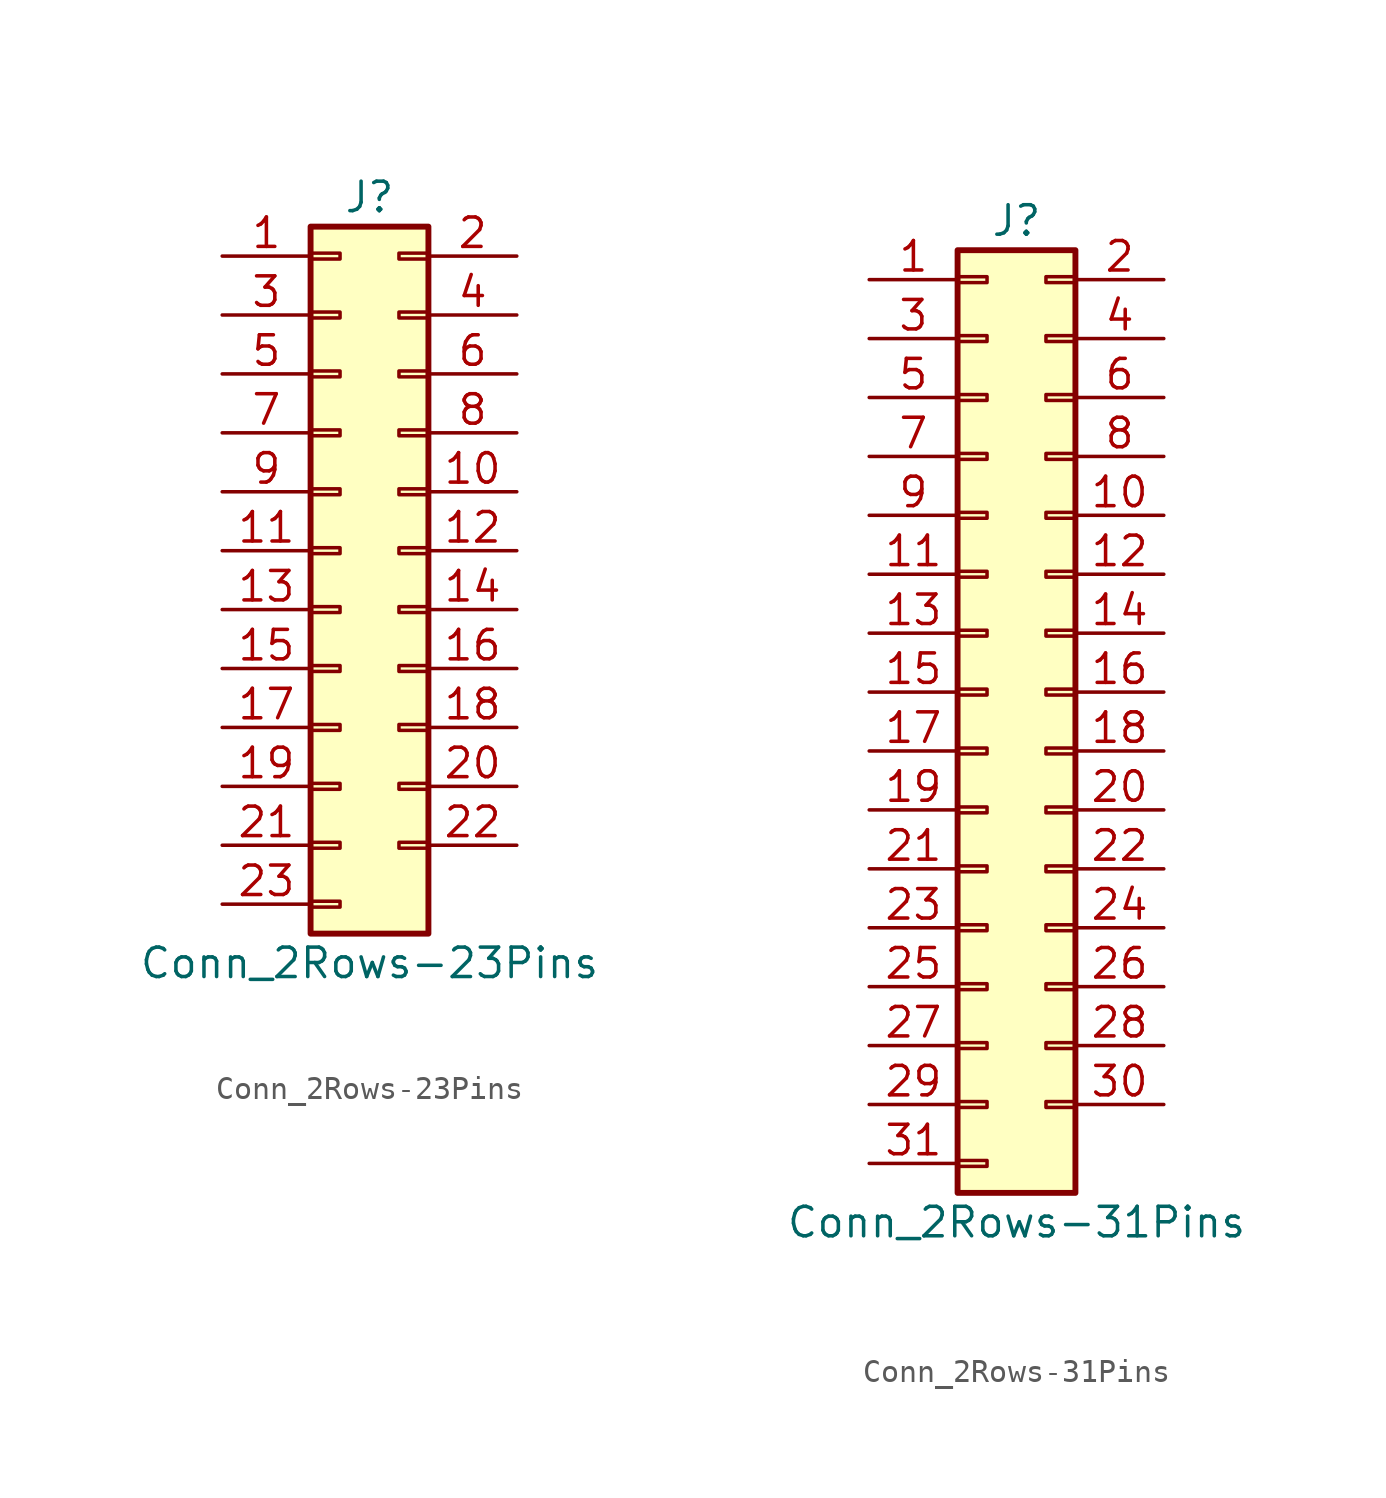
<source format=kicad_sym>
(kicad_symbol_lib
  (version 20211014)
  (generator kicad_symbol_editor)
  (symbol "Conn_2Rows-23Pins"
    (pin_names
      (offset 1.016) hide)
    (property "Reference" "J"
      (at 1.27 15.24 0)
      (effects (font (size 1.27 1.27))))
    (property "Value" "Conn_2Rows-23Pins"
      (at 1.27 -17.78 0)
      (effects (font (size 1.27 1.27))))
    (symbol "Conn_2Rows-23Pins_1_1"
      (rectangle (start -1.27 -15.113) (end 0 -15.367) (stroke (width 0.152) (type default) (color 0 0 0 0)) (fill (type none)))
      (rectangle (start -1.27 -12.573) (end 0 -12.827) (stroke (width 0.152) (type default) (color 0 0 0 0)) (fill (type none)))
      (rectangle (start -1.27 -10.033) (end 0 -10.287) (stroke (width 0.152) (type default) (color 0 0 0 0)) (fill (type none)))
      (rectangle (start -1.27 -7.493) (end 0 -7.747) (stroke (width 0.152) (type default) (color 0 0 0 0)) (fill (type none)))
      (rectangle (start -1.27 -4.953) (end 0 -5.207) (stroke (width 0.152) (type default) (color 0 0 0 0)) (fill (type none)))
      (rectangle (start -1.27 -2.413) (end 0 -2.667) (stroke (width 0.152) (type default) (color 0 0 0 0)) (fill (type none)))
      (rectangle (start -1.27 0.127) (end 0 -0.127) (stroke (width 0.152) (type default) (color 0 0 0 0)) (fill (type none)))
      (rectangle (start -1.27 2.667) (end 0 2.413) (stroke (width 0.152) (type default) (color 0 0 0 0)) (fill (type none)))
      (rectangle (start -1.27 5.207) (end 0 4.953) (stroke (width 0.152) (type default) (color 0 0 0 0)) (fill (type none)))
      (rectangle (start -1.27 7.747) (end 0 7.493) (stroke (width 0.152) (type default) (color 0 0 0 0)) (fill (type none)))
      (rectangle (start -1.27 10.287) (end 0 10.033) (stroke (width 0.152) (type default) (color 0 0 0 0)) (fill (type none)))
      (rectangle (start -1.27 12.827) (end 0 12.573) (stroke (width 0.152) (type default) (color 0 0 0 0)) (fill (type none)))
      (rectangle (start -1.27 13.97) (end 3.81 -16.51) (stroke (width 0.254) (type default) (color 0 0 0 0)) (fill (type background)))
      (rectangle (start 3.81 -12.573) (end 2.54 -12.827) (stroke (width 0.152) (type default) (color 0 0 0 0)) (fill (type none)))
      (rectangle (start 3.81 -10.033) (end 2.54 -10.287) (stroke (width 0.152) (type default) (color 0 0 0 0)) (fill (type none)))
      (rectangle (start 3.81 -7.493) (end 2.54 -7.747) (stroke (width 0.152) (type default) (color 0 0 0 0)) (fill (type none)))
      (rectangle (start 3.81 -4.953) (end 2.54 -5.207) (stroke (width 0.152) (type default) (color 0 0 0 0)) (fill (type none)))
      (rectangle (start 3.81 -2.413) (end 2.54 -2.667) (stroke (width 0.152) (type default) (color 0 0 0 0)) (fill (type none)))
      (rectangle (start 3.81 0.127) (end 2.54 -0.127) (stroke (width 0.152) (type default) (color 0 0 0 0)) (fill (type none)))
      (rectangle (start 3.81 2.667) (end 2.54 2.413) (stroke (width 0.152) (type default) (color 0 0 0 0)) (fill (type none)))
      (rectangle (start 3.81 5.207) (end 2.54 4.953) (stroke (width 0.152) (type default) (color 0 0 0 0)) (fill (type none)))
      (rectangle (start 3.81 7.747) (end 2.54 7.493) (stroke (width 0.152) (type default) (color 0 0 0 0)) (fill (type none)))
      (rectangle (start 3.81 10.287) (end 2.54 10.033) (stroke (width 0.152) (type default) (color 0 0 0 0)) (fill (type none)))
      (rectangle (start 3.81 12.827) (end 2.54 12.573) (stroke (width 0.152) (type default) (color 0 0 0 0)) (fill (type none)))
      (pin passive line (at -5.08 12.7 0) (length 3.81) (name "Pin_1" (effects (font (size 1.27 1.27)))) (number "1" (effects (font (size 1.27 1.27)))))
      (pin passive line (at 7.62 2.54 180) (length 3.81) (name "Pin_10" (effects (font (size 1.27 1.27)))) (number "10" (effects (font (size 1.27 1.27)))))
      (pin passive line (at -5.08 0 0) (length 3.81) (name "Pin_11" (effects (font (size 1.27 1.27)))) (number "11" (effects (font (size 1.27 1.27)))))
      (pin passive line (at 7.62 0 180) (length 3.81) (name "Pin_12" (effects (font (size 1.27 1.27)))) (number "12" (effects (font (size 1.27 1.27)))))
      (pin passive line (at -5.08 -2.54 0) (length 3.81) (name "Pin_13" (effects (font (size 1.27 1.27)))) (number "13" (effects (font (size 1.27 1.27)))))
      (pin passive line (at 7.62 -2.54 180) (length 3.81) (name "Pin_14" (effects (font (size 1.27 1.27)))) (number "14" (effects (font (size 1.27 1.27)))))
      (pin passive line (at -5.08 -5.08 0) (length 3.81) (name "Pin_15" (effects (font (size 1.27 1.27)))) (number "15" (effects (font (size 1.27 1.27)))))
      (pin passive line (at 7.62 -5.08 180) (length 3.81) (name "Pin_16" (effects (font (size 1.27 1.27)))) (number "16" (effects (font (size 1.27 1.27)))))
      (pin passive line (at -5.08 -7.62 0) (length 3.81) (name "Pin_17" (effects (font (size 1.27 1.27)))) (number "17" (effects (font (size 1.27 1.27)))))
      (pin passive line (at 7.62 -7.62 180) (length 3.81) (name "Pin_18" (effects (font (size 1.27 1.27)))) (number "18" (effects (font (size 1.27 1.27)))))
      (pin passive line (at -5.08 -10.16 0) (length 3.81) (name "Pin_19" (effects (font (size 1.27 1.27)))) (number "19" (effects (font (size 1.27 1.27)))))
      (pin passive line (at 7.62 12.7 180) (length 3.81) (name "Pin_2" (effects (font (size 1.27 1.27)))) (number "2" (effects (font (size 1.27 1.27)))))
      (pin passive line (at 7.62 -10.16 180) (length 3.81) (name "Pin_20" (effects (font (size 1.27 1.27)))) (number "20" (effects (font (size 1.27 1.27)))))
      (pin passive line (at -5.08 -12.7 0) (length 3.81) (name "Pin_21" (effects (font (size 1.27 1.27)))) (number "21" (effects (font (size 1.27 1.27)))))
      (pin passive line (at 7.62 -12.7 180) (length 3.81) (name "Pin_22" (effects (font (size 1.27 1.27)))) (number "22" (effects (font (size 1.27 1.27)))))
      (pin passive line (at -5.08 -15.24 0) (length 3.81) (name "Pin_23" (effects (font (size 1.27 1.27)))) (number "23" (effects (font (size 1.27 1.27)))))
      (pin passive line (at -5.08 10.16 0) (length 3.81) (name "Pin_3" (effects (font (size 1.27 1.27)))) (number "3" (effects (font (size 1.27 1.27)))))
      (pin passive line (at 7.62 10.16 180) (length 3.81) (name "Pin_4" (effects (font (size 1.27 1.27)))) (number "4" (effects (font (size 1.27 1.27)))))
      (pin passive line (at -5.08 7.62 0) (length 3.81) (name "Pin_5" (effects (font (size 1.27 1.27)))) (number "5" (effects (font (size 1.27 1.27)))))
      (pin passive line (at 7.62 7.62 180) (length 3.81) (name "Pin_6" (effects (font (size 1.27 1.27)))) (number "6" (effects (font (size 1.27 1.27)))))
      (pin passive line (at -5.08 5.08 0) (length 3.81) (name "Pin_7" (effects (font (size 1.27 1.27)))) (number "7" (effects (font (size 1.27 1.27)))))
      (pin passive line (at 7.62 5.08 180) (length 3.81) (name "Pin_8" (effects (font (size 1.27 1.27)))) (number "8" (effects (font (size 1.27 1.27)))))
      (pin passive line (at -5.08 2.54 0) (length 3.81) (name "Pin_9" (effects (font (size 1.27 1.27)))) (number "9" (effects (font (size 1.27 1.27)))))))
  (symbol "Conn_2Rows-31Pins"
    (pin_names
      (offset 1.016) hide)
    (property "Reference" "J"
      (at 1.27 20.32 0)
      (effects (font (size 1.27 1.27))))
    (property "Value" "Conn_2Rows-31Pins"
      (at 1.27 -22.86 0)
      (effects (font (size 1.27 1.27))))
    (symbol "Conn_2Rows-31Pins_1_1"
      (rectangle (start -1.27 -20.193) (end 0 -20.447) (stroke (width 0.152) (type default) (color 0 0 0 0)) (fill (type none)))
      (rectangle (start -1.27 -17.653) (end 0 -17.907) (stroke (width 0.152) (type default) (color 0 0 0 0)) (fill (type none)))
      (rectangle (start -1.27 -15.113) (end 0 -15.367) (stroke (width 0.152) (type default) (color 0 0 0 0)) (fill (type none)))
      (rectangle (start -1.27 -12.573) (end 0 -12.827) (stroke (width 0.152) (type default) (color 0 0 0 0)) (fill (type none)))
      (rectangle (start -1.27 -10.033) (end 0 -10.287) (stroke (width 0.152) (type default) (color 0 0 0 0)) (fill (type none)))
      (rectangle (start -1.27 -7.493) (end 0 -7.747) (stroke (width 0.152) (type default) (color 0 0 0 0)) (fill (type none)))
      (rectangle (start -1.27 -4.953) (end 0 -5.207) (stroke (width 0.152) (type default) (color 0 0 0 0)) (fill (type none)))
      (rectangle (start -1.27 -2.413) (end 0 -2.667) (stroke (width 0.152) (type default) (color 0 0 0 0)) (fill (type none)))
      (rectangle (start -1.27 0.127) (end 0 -0.127) (stroke (width 0.152) (type default) (color 0 0 0 0)) (fill (type none)))
      (rectangle (start -1.27 2.667) (end 0 2.413) (stroke (width 0.152) (type default) (color 0 0 0 0)) (fill (type none)))
      (rectangle (start -1.27 5.207) (end 0 4.953) (stroke (width 0.152) (type default) (color 0 0 0 0)) (fill (type none)))
      (rectangle (start -1.27 7.747) (end 0 7.493) (stroke (width 0.152) (type default) (color 0 0 0 0)) (fill (type none)))
      (rectangle (start -1.27 10.287) (end 0 10.033) (stroke (width 0.152) (type default) (color 0 0 0 0)) (fill (type none)))
      (rectangle (start -1.27 12.827) (end 0 12.573) (stroke (width 0.152) (type default) (color 0 0 0 0)) (fill (type none)))
      (rectangle (start -1.27 15.367) (end 0 15.113) (stroke (width 0.152) (type default) (color 0 0 0 0)) (fill (type none)))
      (rectangle (start -1.27 17.907) (end 0 17.653) (stroke (width 0.152) (type default) (color 0 0 0 0)) (fill (type none)))
      (rectangle (start -1.27 19.05) (end 3.81 -21.59) (stroke (width 0.254) (type default) (color 0 0 0 0)) (fill (type background)))
      (rectangle (start 3.81 -17.653) (end 2.54 -17.907) (stroke (width 0.152) (type default) (color 0 0 0 0)) (fill (type none)))
      (rectangle (start 3.81 -15.113) (end 2.54 -15.367) (stroke (width 0.152) (type default) (color 0 0 0 0)) (fill (type none)))
      (rectangle (start 3.81 -12.573) (end 2.54 -12.827) (stroke (width 0.152) (type default) (color 0 0 0 0)) (fill (type none)))
      (rectangle (start 3.81 -10.033) (end 2.54 -10.287) (stroke (width 0.152) (type default) (color 0 0 0 0)) (fill (type none)))
      (rectangle (start 3.81 -7.493) (end 2.54 -7.747) (stroke (width 0.152) (type default) (color 0 0 0 0)) (fill (type none)))
      (rectangle (start 3.81 -4.953) (end 2.54 -5.207) (stroke (width 0.152) (type default) (color 0 0 0 0)) (fill (type none)))
      (rectangle (start 3.81 -2.413) (end 2.54 -2.667) (stroke (width 0.152) (type default) (color 0 0 0 0)) (fill (type none)))
      (rectangle (start 3.81 0.127) (end 2.54 -0.127) (stroke (width 0.152) (type default) (color 0 0 0 0)) (fill (type none)))
      (rectangle (start 3.81 2.667) (end 2.54 2.413) (stroke (width 0.152) (type default) (color 0 0 0 0)) (fill (type none)))
      (rectangle (start 3.81 5.207) (end 2.54 4.953) (stroke (width 0.152) (type default) (color 0 0 0 0)) (fill (type none)))
      (rectangle (start 3.81 7.747) (end 2.54 7.493) (stroke (width 0.152) (type default) (color 0 0 0 0)) (fill (type none)))
      (rectangle (start 3.81 10.287) (end 2.54 10.033) (stroke (width 0.152) (type default) (color 0 0 0 0)) (fill (type none)))
      (rectangle (start 3.81 12.827) (end 2.54 12.573) (stroke (width 0.152) (type default) (color 0 0 0 0)) (fill (type none)))
      (rectangle (start 3.81 15.367) (end 2.54 15.113) (stroke (width 0.152) (type default) (color 0 0 0 0)) (fill (type none)))
      (rectangle (start 3.81 17.907) (end 2.54 17.653) (stroke (width 0.152) (type default) (color 0 0 0 0)) (fill (type none)))
      (pin passive line (at -5.08 17.78 0) (length 3.81) (name "Pin_1" (effects (font (size 1.27 1.27)))) (number "1" (effects (font (size 1.27 1.27)))))
      (pin passive line (at 7.62 7.62 180) (length 3.81) (name "Pin_10" (effects (font (size 1.27 1.27)))) (number "10" (effects (font (size 1.27 1.27)))))
      (pin passive line (at -5.08 5.08 0) (length 3.81) (name "Pin_11" (effects (font (size 1.27 1.27)))) (number "11" (effects (font (size 1.27 1.27)))))
      (pin passive line (at 7.62 5.08 180) (length 3.81) (name "Pin_12" (effects (font (size 1.27 1.27)))) (number "12" (effects (font (size 1.27 1.27)))))
      (pin passive line (at -5.08 2.54 0) (length 3.81) (name "Pin_13" (effects (font (size 1.27 1.27)))) (number "13" (effects (font (size 1.27 1.27)))))
      (pin passive line (at 7.62 2.54 180) (length 3.81) (name "Pin_14" (effects (font (size 1.27 1.27)))) (number "14" (effects (font (size 1.27 1.27)))))
      (pin passive line (at -5.08 0 0) (length 3.81) (name "Pin_15" (effects (font (size 1.27 1.27)))) (number "15" (effects (font (size 1.27 1.27)))))
      (pin passive line (at 7.62 0 180) (length 3.81) (name "Pin_16" (effects (font (size 1.27 1.27)))) (number "16" (effects (font (size 1.27 1.27)))))
      (pin passive line (at -5.08 -2.54 0) (length 3.81) (name "Pin_17" (effects (font (size 1.27 1.27)))) (number "17" (effects (font (size 1.27 1.27)))))
      (pin passive line (at 7.62 -2.54 180) (length 3.81) (name "Pin_18" (effects (font (size 1.27 1.27)))) (number "18" (effects (font (size 1.27 1.27)))))
      (pin passive line (at -5.08 -5.08 0) (length 3.81) (name "Pin_19" (effects (font (size 1.27 1.27)))) (number "19" (effects (font (size 1.27 1.27)))))
      (pin passive line (at 7.62 17.78 180) (length 3.81) (name "Pin_2" (effects (font (size 1.27 1.27)))) (number "2" (effects (font (size 1.27 1.27)))))
      (pin passive line (at 7.62 -5.08 180) (length 3.81) (name "Pin_20" (effects (font (size 1.27 1.27)))) (number "20" (effects (font (size 1.27 1.27)))))
      (pin passive line (at -5.08 -7.62 0) (length 3.81) (name "Pin_21" (effects (font (size 1.27 1.27)))) (number "21" (effects (font (size 1.27 1.27)))))
      (pin passive line (at 7.62 -7.62 180) (length 3.81) (name "Pin_22" (effects (font (size 1.27 1.27)))) (number "22" (effects (font (size 1.27 1.27)))))
      (pin passive line (at -5.08 -10.16 0) (length 3.81) (name "Pin_23" (effects (font (size 1.27 1.27)))) (number "23" (effects (font (size 1.27 1.27)))))
      (pin passive line (at 7.62 -10.16 180) (length 3.81) (name "Pin_24" (effects (font (size 1.27 1.27)))) (number "24" (effects (font (size 1.27 1.27)))))
      (pin passive line (at -5.08 -12.7 0) (length 3.81) (name "Pin_25" (effects (font (size 1.27 1.27)))) (number "25" (effects (font (size 1.27 1.27)))))
      (pin passive line (at 7.62 -12.7 180) (length 3.81) (name "Pin_26" (effects (font (size 1.27 1.27)))) (number "26" (effects (font (size 1.27 1.27)))))
      (pin passive line (at -5.08 -15.24 0) (length 3.81) (name "Pin_27" (effects (font (size 1.27 1.27)))) (number "27" (effects (font (size 1.27 1.27)))))
      (pin passive line (at 7.62 -15.24 180) (length 3.81) (name "Pin_28" (effects (font (size 1.27 1.27)))) (number "28" (effects (font (size 1.27 1.27)))))
      (pin passive line (at -5.08 -17.78 0) (length 3.81) (name "Pin_29" (effects (font (size 1.27 1.27)))) (number "29" (effects (font (size 1.27 1.27)))))
      (pin passive line (at -5.08 15.24 0) (length 3.81) (name "Pin_3" (effects (font (size 1.27 1.27)))) (number "3" (effects (font (size 1.27 1.27)))))
      (pin passive line (at 7.62 -17.78 180) (length 3.81) (name "Pin_30" (effects (font (size 1.27 1.27)))) (number "30" (effects (font (size 1.27 1.27)))))
      (pin passive line (at -5.08 -20.32 0) (length 3.81) (name "Pin_31" (effects (font (size 1.27 1.27)))) (number "31" (effects (font (size 1.27 1.27)))))
      (pin passive line (at 7.62 15.24 180) (length 3.81) (name "Pin_4" (effects (font (size 1.27 1.27)))) (number "4" (effects (font (size 1.27 1.27)))))
      (pin passive line (at -5.08 12.7 0) (length 3.81) (name "Pin_5" (effects (font (size 1.27 1.27)))) (number "5" (effects (font (size 1.27 1.27)))))
      (pin passive line (at 7.62 12.7 180) (length 3.81) (name "Pin_6" (effects (font (size 1.27 1.27)))) (number "6" (effects (font (size 1.27 1.27)))))
      (pin passive line (at -5.08 10.16 0) (length 3.81) (name "Pin_7" (effects (font (size 1.27 1.27)))) (number "7" (effects (font (size 1.27 1.27)))))
      (pin passive line (at 7.62 10.16 180) (length 3.81) (name "Pin_8" (effects (font (size 1.27 1.27)))) (number "8" (effects (font (size 1.27 1.27)))))
      (pin passive line (at -5.08 7.62 0) (length 3.81) (name "Pin_9" (effects (font (size 1.27 1.27)))) (number "9" (effects (font (size 1.27 1.27))))))))
</source>
